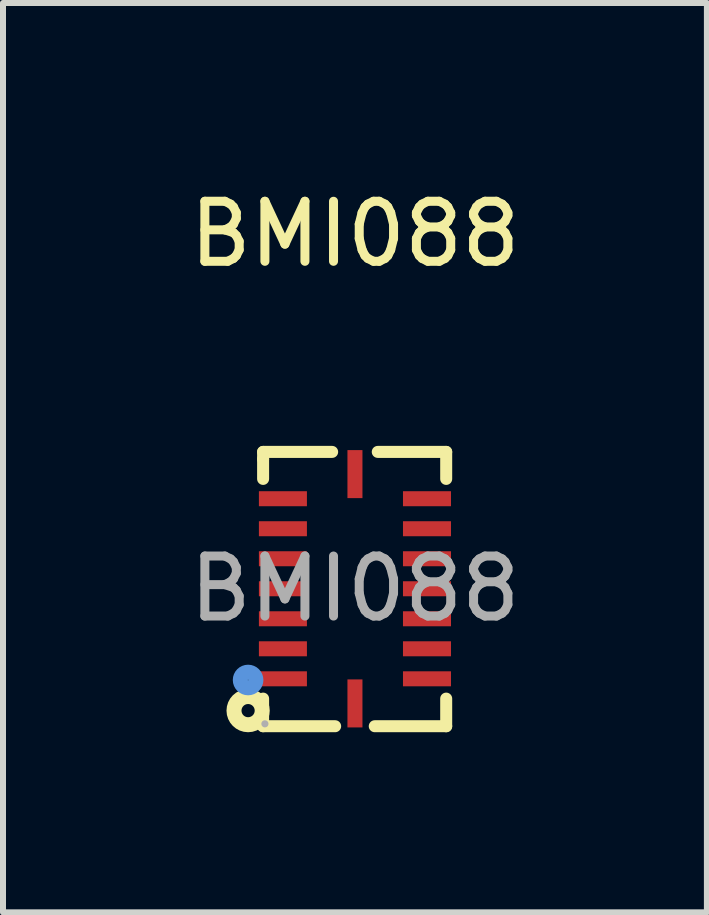
<source format=kicad_pcb>
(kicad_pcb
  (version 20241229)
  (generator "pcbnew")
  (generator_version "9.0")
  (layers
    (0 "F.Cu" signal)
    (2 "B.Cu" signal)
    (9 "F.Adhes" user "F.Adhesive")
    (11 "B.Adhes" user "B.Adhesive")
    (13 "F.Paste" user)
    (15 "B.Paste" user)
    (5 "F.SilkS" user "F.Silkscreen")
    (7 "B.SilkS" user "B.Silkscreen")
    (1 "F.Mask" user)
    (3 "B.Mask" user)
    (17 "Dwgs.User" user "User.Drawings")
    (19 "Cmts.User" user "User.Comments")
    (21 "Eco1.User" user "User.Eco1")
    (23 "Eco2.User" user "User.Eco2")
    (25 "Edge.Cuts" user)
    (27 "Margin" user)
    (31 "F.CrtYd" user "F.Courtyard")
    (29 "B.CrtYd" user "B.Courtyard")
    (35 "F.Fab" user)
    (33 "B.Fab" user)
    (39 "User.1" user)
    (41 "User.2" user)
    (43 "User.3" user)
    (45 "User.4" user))
  (footprint "BMI088"
    (layer "F.Cu")
    (at 2.863 6.758)
    (property "Reference" "BMI088" (at 0 -5.91 0) (layer "F.SilkS") (effects (font (size 1 1) (thickness 0.15))))
    (attr smd)
    (fp_line (start -1.53 -2.28) (end -0.38 -2.28) (stroke (width 0.2) (type solid)) (layer "F.SilkS"))
    (fp_line (start -1.53 -2.16) (end -1.53 -2.28) (stroke (width 0.2) (type solid)) (layer "F.SilkS"))
    (fp_line (start -1.53 -1.83) (end -1.53 -2.16) (stroke (width 0.2) (type solid)) (layer "F.SilkS"))
    (fp_line (start -1.53 2.29) (end -1.53 1.83) (stroke (width 0.2) (type solid)) (layer "F.SilkS"))
    (fp_line (start -0.33 2.29) (end -1.53 2.29) (stroke (width 0.2) (type solid)) (layer "F.SilkS"))
    (fp_line (start 0.38 -2.28) (end 1.52 -2.28) (stroke (width 0.2) (type solid)) (layer "F.SilkS"))
    (fp_line (start 1.52 -2.28) (end 1.52 -1.83) (stroke (width 0.2) (type solid)) (layer "F.SilkS"))
    (fp_line (start 1.52 1.83) (end 1.52 2.29) (stroke (width 0.2) (type solid)) (layer "F.SilkS"))
    (fp_line (start 1.52 2.29) (end 0.33 2.29) (stroke (width 0.2) (type solid)) (layer "F.SilkS"))
    (fp_circle (center -1.78 2.03) (end -1.67 2.03) (stroke (width 0.25) (type solid)) (fill no) (layer "F.SilkS"))
    (fp_circle (center -1.78 1.52) (end -1.65 1.52) (stroke (width 0.25) (type solid)) (fill no) (layer "Cmts.User"))
    (fp_circle (center -1.5 2.25) (end -1.47 2.25) (stroke (width 0.06) (type solid)) (fill no) (layer "F.Fab"))
    (fp_text user "${REFERENCE}" (at 0 0 0) (layer "F.Fab") (effects (font (size 1 1) (thickness 0.15))))
    (pad "1" smd rect (at -1.2 1.5 90) (size 0.25 0.8) (layers "F.Cu" "F.Mask" "F.Paste"))
    (pad "2" smd rect (at -1.2 1 90) (size 0.25 0.8) (layers "F.Cu" "F.Mask" "F.Paste"))
    (pad "3" smd rect (at -1.2 0.5 90) (size 0.25 0.8) (layers "F.Cu" "F.Mask" "F.Paste"))
    (pad "4" smd rect (at -1.2 0 90) (size 0.25 0.8) (layers "F.Cu" "F.Mask" "F.Paste"))
    (pad "5" smd rect (at -1.2 -0.5 90) (size 0.25 0.8) (layers "F.Cu" "F.Mask" "F.Paste"))
    (pad "6" smd rect (at -1.2 -1 90) (size 0.25 0.8) (layers "F.Cu" "F.Mask" "F.Paste"))
    (pad "7" smd rect (at -1.2 -1.5 90) (size 0.25 0.8) (layers "F.Cu" "F.Mask" "F.Paste"))
    (pad "8" smd rect (at 0 -1.91 180) (size 0.25 0.8) (layers "F.Cu" "F.Mask" "F.Paste"))
    (pad "9" smd rect (at 1.2 -1.5 270) (size 0.25 0.8) (layers "F.Cu" "F.Mask" "F.Paste"))
    (pad "10" smd rect (at 1.2 -1 270) (size 0.25 0.8) (layers "F.Cu" "F.Mask" "F.Paste"))
    (pad "11" smd rect (at 1.2 -0.5 270) (size 0.25 0.8) (layers "F.Cu" "F.Mask" "F.Paste"))
    (pad "12" smd rect (at 1.2 0 270) (size 0.25 0.8) (layers "F.Cu" "F.Mask" "F.Paste"))
    (pad "13" smd rect (at 1.2 0.5 270) (size 0.25 0.8) (layers "F.Cu" "F.Mask" "F.Paste"))
    (pad "14" smd rect (at 1.2 1 270) (size 0.25 0.8) (layers "F.Cu" "F.Mask" "F.Paste"))
    (pad "15" smd rect (at 1.2 1.5 270) (size 0.25 0.8) (layers "F.Cu" "F.Mask" "F.Paste"))
    (pad "16" smd rect (at 0 1.91) (size 0.25 0.8) (layers "F.Cu" "F.Mask" "F.Paste")))
  (gr_rect
    (start -3 -3)
    (end 8.726 12.148)
    (stroke (width 0.1) (type default))
    (fill no)
    (layer "Edge.Cuts")))
</source>
